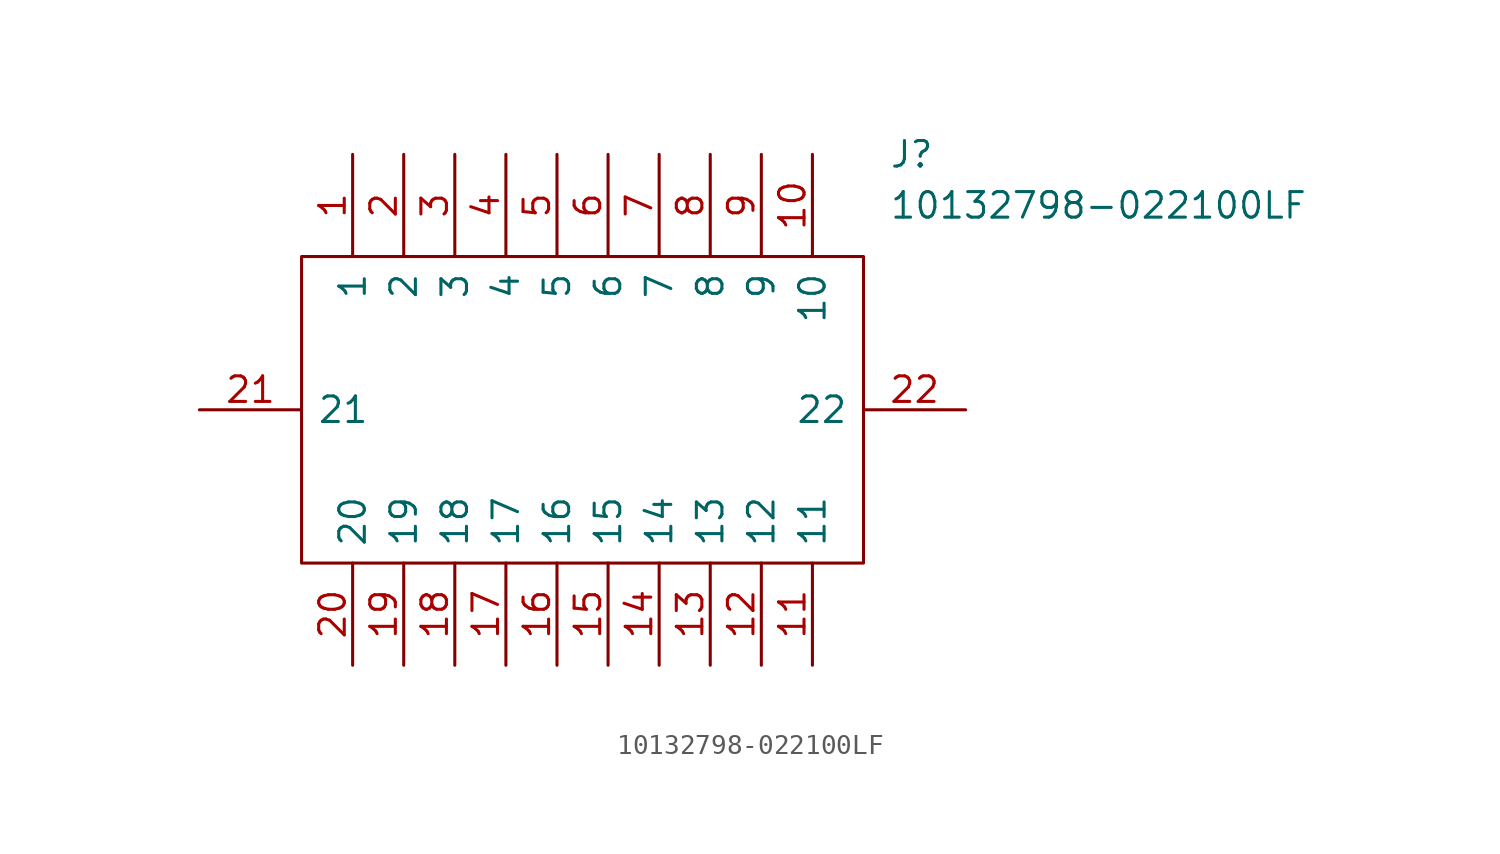
<source format=kicad_sym>
(kicad_symbol_lib
  (version 20211014)
  (generator kicad_symbol_editor)
  (symbol "10132798-022100LF"
    (pin_names
      (offset 0.762))
    (property "Reference" "J"
      (at 34.29 12.7 0)
      (effects (font (size 1.27 1.27)) (justify left)))
    (property "Value" "10132798-022100LF"
      (at 34.29 10.16 0)
      (effects (font (size 1.27 1.27)) (justify left)))
    (symbol "10132798-022100LF_0_0"
      (pin passive line (at 7.62 12.7 270) (length 5.08) (name "1" (effects (font (size 1.27 1.27)))) (number "1" (effects (font (size 1.27 1.27)))))
      (pin passive line (at 30.48 12.7 270) (length 5.08) (name "10" (effects (font (size 1.27 1.27)))) (number "10" (effects (font (size 1.27 1.27)))))
      (pin passive line (at 30.48 -12.7 90) (length 5.08) (name "11" (effects (font (size 1.27 1.27)))) (number "11" (effects (font (size 1.27 1.27)))))
      (pin passive line (at 27.94 -12.7 90) (length 5.08) (name "12" (effects (font (size 1.27 1.27)))) (number "12" (effects (font (size 1.27 1.27)))))
      (pin passive line (at 25.4 -12.7 90) (length 5.08) (name "13" (effects (font (size 1.27 1.27)))) (number "13" (effects (font (size 1.27 1.27)))))
      (pin passive line (at 22.86 -12.7 90) (length 5.08) (name "14" (effects (font (size 1.27 1.27)))) (number "14" (effects (font (size 1.27 1.27)))))
      (pin passive line (at 20.32 -12.7 90) (length 5.08) (name "15" (effects (font (size 1.27 1.27)))) (number "15" (effects (font (size 1.27 1.27)))))
      (pin passive line (at 17.78 -12.7 90) (length 5.08) (name "16" (effects (font (size 1.27 1.27)))) (number "16" (effects (font (size 1.27 1.27)))))
      (pin passive line (at 15.24 -12.7 90) (length 5.08) (name "17" (effects (font (size 1.27 1.27)))) (number "17" (effects (font (size 1.27 1.27)))))
      (pin passive line (at 12.7 -12.7 90) (length 5.08) (name "18" (effects (font (size 1.27 1.27)))) (number "18" (effects (font (size 1.27 1.27)))))
      (pin passive line (at 10.16 -12.7 90) (length 5.08) (name "19" (effects (font (size 1.27 1.27)))) (number "19" (effects (font (size 1.27 1.27)))))
      (pin passive line (at 10.16 12.7 270) (length 5.08) (name "2" (effects (font (size 1.27 1.27)))) (number "2" (effects (font (size 1.27 1.27)))))
      (pin passive line (at 7.62 -12.7 90) (length 5.08) (name "20" (effects (font (size 1.27 1.27)))) (number "20" (effects (font (size 1.27 1.27)))))
      (pin passive line (at 0 0 0) (length 5.08) (name "21" (effects (font (size 1.27 1.27)))) (number "21" (effects (font (size 1.27 1.27)))))
      (pin passive line (at 38.1 0 180) (length 5.08) (name "22" (effects (font (size 1.27 1.27)))) (number "22" (effects (font (size 1.27 1.27)))))
      (pin passive line (at 12.7 12.7 270) (length 5.08) (name "3" (effects (font (size 1.27 1.27)))) (number "3" (effects (font (size 1.27 1.27)))))
      (pin passive line (at 15.24 12.7 270) (length 5.08) (name "4" (effects (font (size 1.27 1.27)))) (number "4" (effects (font (size 1.27 1.27)))))
      (pin passive line (at 17.78 12.7 270) (length 5.08) (name "5" (effects (font (size 1.27 1.27)))) (number "5" (effects (font (size 1.27 1.27)))))
      (pin passive line (at 20.32 12.7 270) (length 5.08) (name "6" (effects (font (size 1.27 1.27)))) (number "6" (effects (font (size 1.27 1.27)))))
      (pin passive line (at 22.86 12.7 270) (length 5.08) (name "7" (effects (font (size 1.27 1.27)))) (number "7" (effects (font (size 1.27 1.27)))))
      (pin passive line (at 25.4 12.7 270) (length 5.08) (name "8" (effects (font (size 1.27 1.27)))) (number "8" (effects (font (size 1.27 1.27)))))
      (pin passive line (at 27.94 12.7 270) (length 5.08) (name "9" (effects (font (size 1.27 1.27)))) (number "9" (effects (font (size 1.27 1.27))))))
    (symbol "10132798-022100LF_0_1"
      (polyline (pts (xy 5.08 7.62) (xy 33.02 7.62) (xy 33.02 -7.62) (xy 5.08 -7.62) (xy 5.08 7.62)) (stroke (width 0.152) (type default) (color 0 0 0 0)) (fill (type none))))))
</source>
